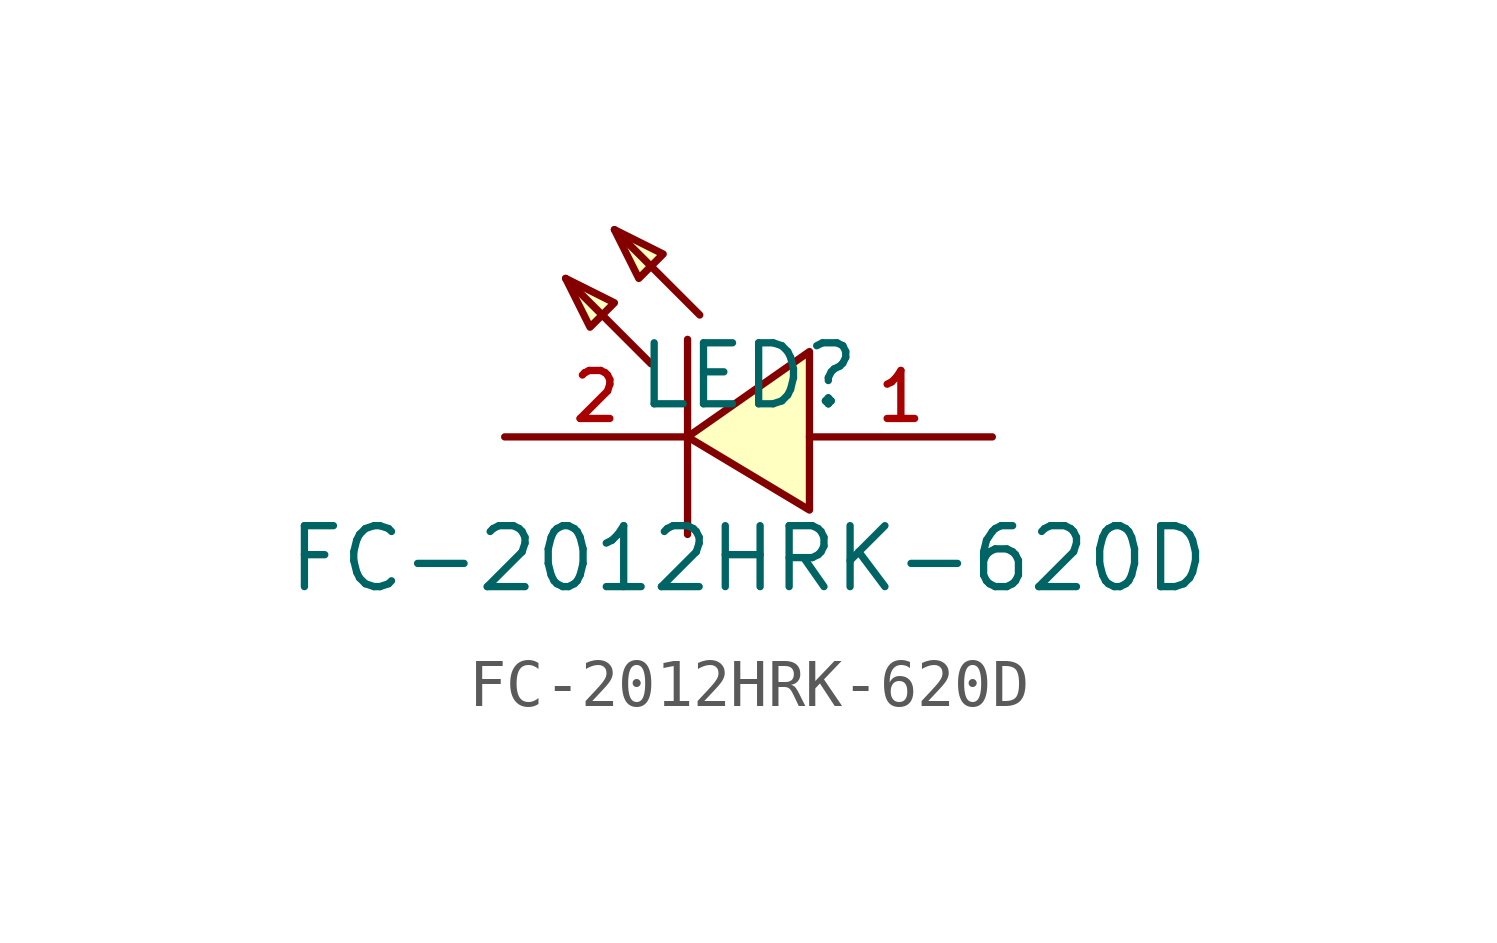
<source format=kicad_sym>
(kicad_symbol_lib
  (version 20210201)
  (generator TousstNicolas/JLC2KiCad_lib)
  (symbol "FC-2012HRK-620D"
    (pin_names hide)
    (property "Reference" "LED"
      (at 0 1.27 0)
      (effects (font (size 1.27 1.27))))
    (property "Value" "FC-2012HRK-620D"
      (at 0 -2.54 0)
      (effects (font (size 1.27 1.27))))
    (symbol "FC-2012HRK-620D_0_1"
      (polyline (pts (xy -3.81 3.302) (xy -2.794 2.794) (xy -3.302 2.286) (xy -3.81 3.302)) (stroke (width 0) (type default) (color 0 0 0 0)) (fill (type background)))
      (polyline (pts (xy -2.794 4.318) (xy -1.778 3.81) (xy -2.286 3.302) (xy -2.794 4.318)) (stroke (width 0) (type default) (color 0 0 0 0)) (fill (type background)))
      (pin unspecified line (at 5.08 -0.0 180) (length 3.81) (name "+" (effects (font (size 1 1)))) (number "1" (effects (font (size 1 1)))))
      (polyline (pts (xy -2.032 1.524) (xy -3.81 3.302)) (stroke (width 0) (type default) (color 0 0 0 0)) (fill (type none)))
      (polyline (pts (xy -1.016 2.54) (xy -2.794 4.318)) (stroke (width 0) (type default) (color 0 0 0 0)) (fill (type none)))
      (pin unspecified line (at -5.08 -0.0 0) (length 3.81) (name "-" (effects (font (size 1 1)))) (number "2" (effects (font (size 1 1)))))
      (polyline (pts (xy -1.27 2.032) (xy -1.27 -2.032)) (stroke (width 0) (type default) (color 0 0 0 0)) (fill (type none)))
      (polyline (pts (xy 1.27 -1.524) (xy -1.27 -0.0) (xy 1.27 1.778) (xy 1.27 -1.524)) (stroke (width 0) (type default) (color 0 0 0 0)) (fill (type background))))))
</source>
